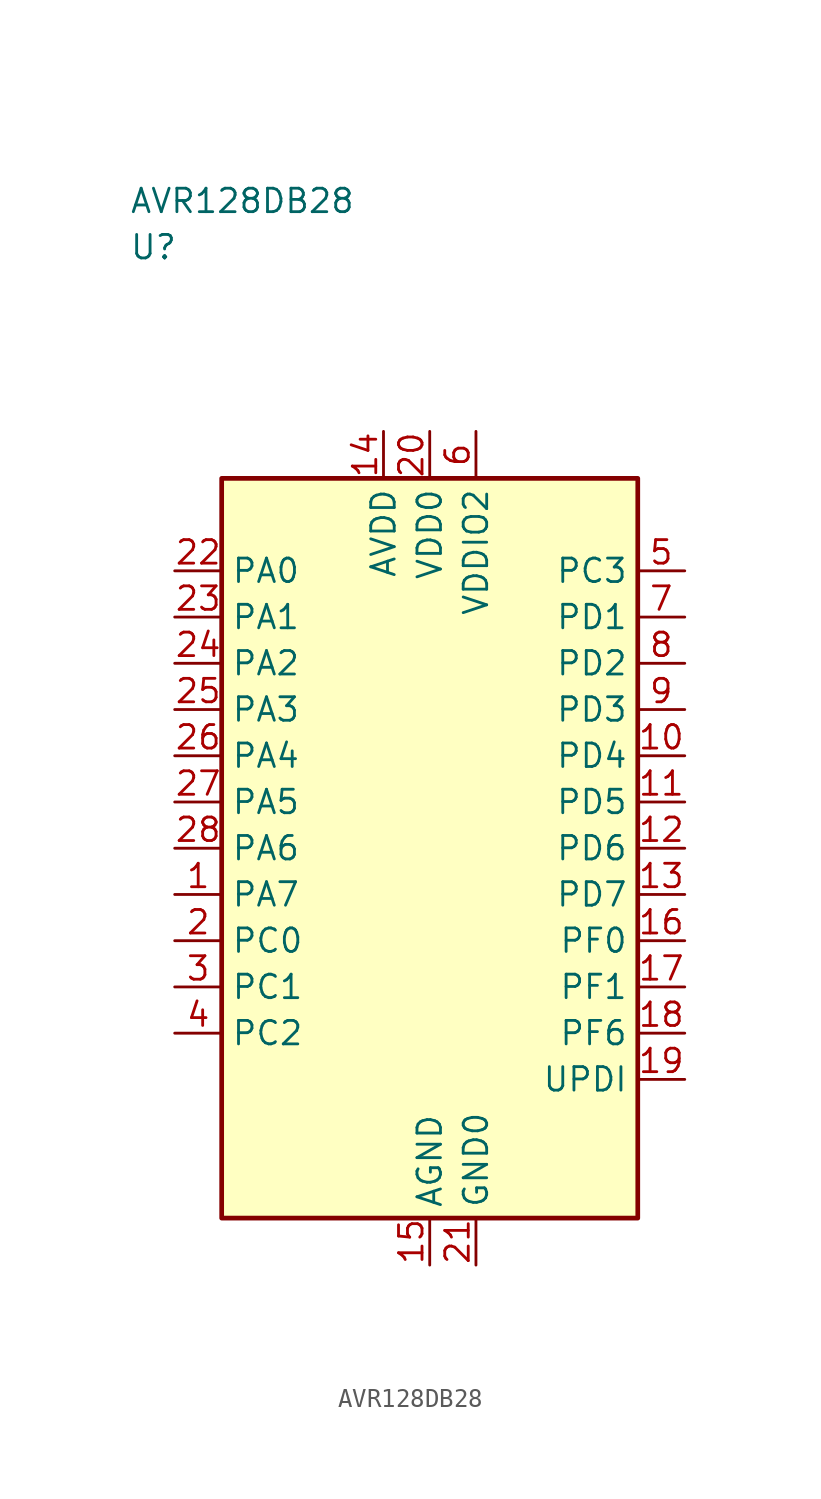
<source format=kicad_sym>
(kicad_symbol_lib
  (version 20241025)
  (generator "kicad_symbol_editor")
  (generator_version "8.0")
  (symbol "AVR128DB28"
    (property "Reference" "U"
      (at -16.25 32.5 0)
      (effects (font (size 1.27 1.27)) (justify left)))
    (property "Value" "AVR128DB28"
      (at -16.25 35.0 0)
      (effects (font (size 1.27 1.27)) (justify left)))
    (symbol "AVR128DB28_0_1"
      (rectangle (start -11.25 20.0) (end 11.25 -20.0) (stroke (width 0.254) (type default)) (fill (type background))))
    (symbol "AVR128DB28_1_1"
      (pin bidirectional line (at -13.79 -2.5 0.0) (length 2.54) (name "PA7" (effects (font (size 1.27 1.27)))) (number "1" (effects (font (size 1.27 1.27)))))
      (pin bidirectional line (at -13.79 -5.0 0.0) (length 2.54) (name "PC0" (effects (font (size 1.27 1.27)))) (number "2" (effects (font (size 1.27 1.27)))))
      (pin bidirectional line (at -13.79 -7.5 0.0) (length 2.54) (name "PC1" (effects (font (size 1.27 1.27)))) (number "3" (effects (font (size 1.27 1.27)))))
      (pin bidirectional line (at -13.79 -10.0 0.0) (length 2.54) (name "PC2" (effects (font (size 1.27 1.27)))) (number "4" (effects (font (size 1.27 1.27)))))
      (pin bidirectional line (at 13.79 15.0 180.0) (length 2.54) (name "PC3" (effects (font (size 1.27 1.27)))) (number "5" (effects (font (size 1.27 1.27)))))
      (pin power_in line (at 2.5 22.54 270.0) (length 2.54) (name "VDDIO2" (effects (font (size 1.27 1.27)))) (number "6" (effects (font (size 1.27 1.27)))))
      (pin bidirectional line (at 13.79 12.5 180.0) (length 2.54) (name "PD1" (effects (font (size 1.27 1.27)))) (number "7" (effects (font (size 1.27 1.27)))))
      (pin bidirectional line (at 13.79 10.0 180.0) (length 2.54) (name "PD2" (effects (font (size 1.27 1.27)))) (number "8" (effects (font (size 1.27 1.27)))))
      (pin bidirectional line (at 13.79 7.5 180.0) (length 2.54) (name "PD3" (effects (font (size 1.27 1.27)))) (number "9" (effects (font (size 1.27 1.27)))))
      (pin bidirectional line (at 13.79 5.0 180.0) (length 2.54) (name "PD4" (effects (font (size 1.27 1.27)))) (number "10" (effects (font (size 1.27 1.27)))))
      (pin bidirectional line (at 13.79 2.5 180.0) (length 2.54) (name "PD5" (effects (font (size 1.27 1.27)))) (number "11" (effects (font (size 1.27 1.27)))))
      (pin bidirectional line (at 13.79 0.0 180.0) (length 2.54) (name "PD6" (effects (font (size 1.27 1.27)))) (number "12" (effects (font (size 1.27 1.27)))))
      (pin bidirectional line (at 13.79 -2.5 180.0) (length 2.54) (name "PD7" (effects (font (size 1.27 1.27)))) (number "13" (effects (font (size 1.27 1.27)))))
      (pin power_in line (at -2.5 22.54 270.0) (length 2.54) (name "AVDD" (effects (font (size 1.27 1.27)))) (number "14" (effects (font (size 1.27 1.27)))))
      (pin passive line (at 0.0 -22.54 90.0) (length 2.54) (name "AGND" (effects (font (size 1.27 1.27)))) (number "15" (effects (font (size 1.27 1.27)))))
      (pin bidirectional line (at 13.79 -5.0 180.0) (length 2.54) (name "PF0" (effects (font (size 1.27 1.27)))) (number "16" (effects (font (size 1.27 1.27)))))
      (pin bidirectional line (at 13.79 -7.5 180.0) (length 2.54) (name "PF1" (effects (font (size 1.27 1.27)))) (number "17" (effects (font (size 1.27 1.27)))))
      (pin bidirectional line (at 13.79 -10.0 180.0) (length 2.54) (name "PF6" (effects (font (size 1.27 1.27)))) (number "18" (effects (font (size 1.27 1.27)))))
      (pin bidirectional line (at 13.79 -12.5 180.0) (length 2.54) (name "UPDI" (effects (font (size 1.27 1.27)))) (number "19" (effects (font (size 1.27 1.27)))))
      (pin power_in line (at 0.0 22.54 270.0) (length 2.54) (name "VDD0" (effects (font (size 1.27 1.27)))) (number "20" (effects (font (size 1.27 1.27)))))
      (pin passive line (at 2.5 -22.54 90.0) (length 2.54) (name "GND0" (effects (font (size 1.27 1.27)))) (number "21" (effects (font (size 1.27 1.27)))))
      (pin bidirectional line (at -13.79 15.0 0.0) (length 2.54) (name "PA0" (effects (font (size 1.27 1.27)))) (number "22" (effects (font (size 1.27 1.27)))))
      (pin bidirectional line (at -13.79 12.5 0.0) (length 2.54) (name "PA1" (effects (font (size 1.27 1.27)))) (number "23" (effects (font (size 1.27 1.27)))))
      (pin bidirectional line (at -13.79 10.0 0.0) (length 2.54) (name "PA2" (effects (font (size 1.27 1.27)))) (number "24" (effects (font (size 1.27 1.27)))))
      (pin bidirectional line (at -13.79 7.5 0.0) (length 2.54) (name "PA3" (effects (font (size 1.27 1.27)))) (number "25" (effects (font (size 1.27 1.27)))))
      (pin bidirectional line (at -13.79 5.0 0.0) (length 2.54) (name "PA4" (effects (font (size 1.27 1.27)))) (number "26" (effects (font (size 1.27 1.27)))))
      (pin bidirectional line (at -13.79 2.5 0.0) (length 2.54) (name "PA5" (effects (font (size 1.27 1.27)))) (number "27" (effects (font (size 1.27 1.27)))))
      (pin bidirectional line (at -13.79 0.0 0.0) (length 2.54) (name "PA6" (effects (font (size 1.27 1.27)))) (number "28" (effects (font (size 1.27 1.27))))))))
</source>
